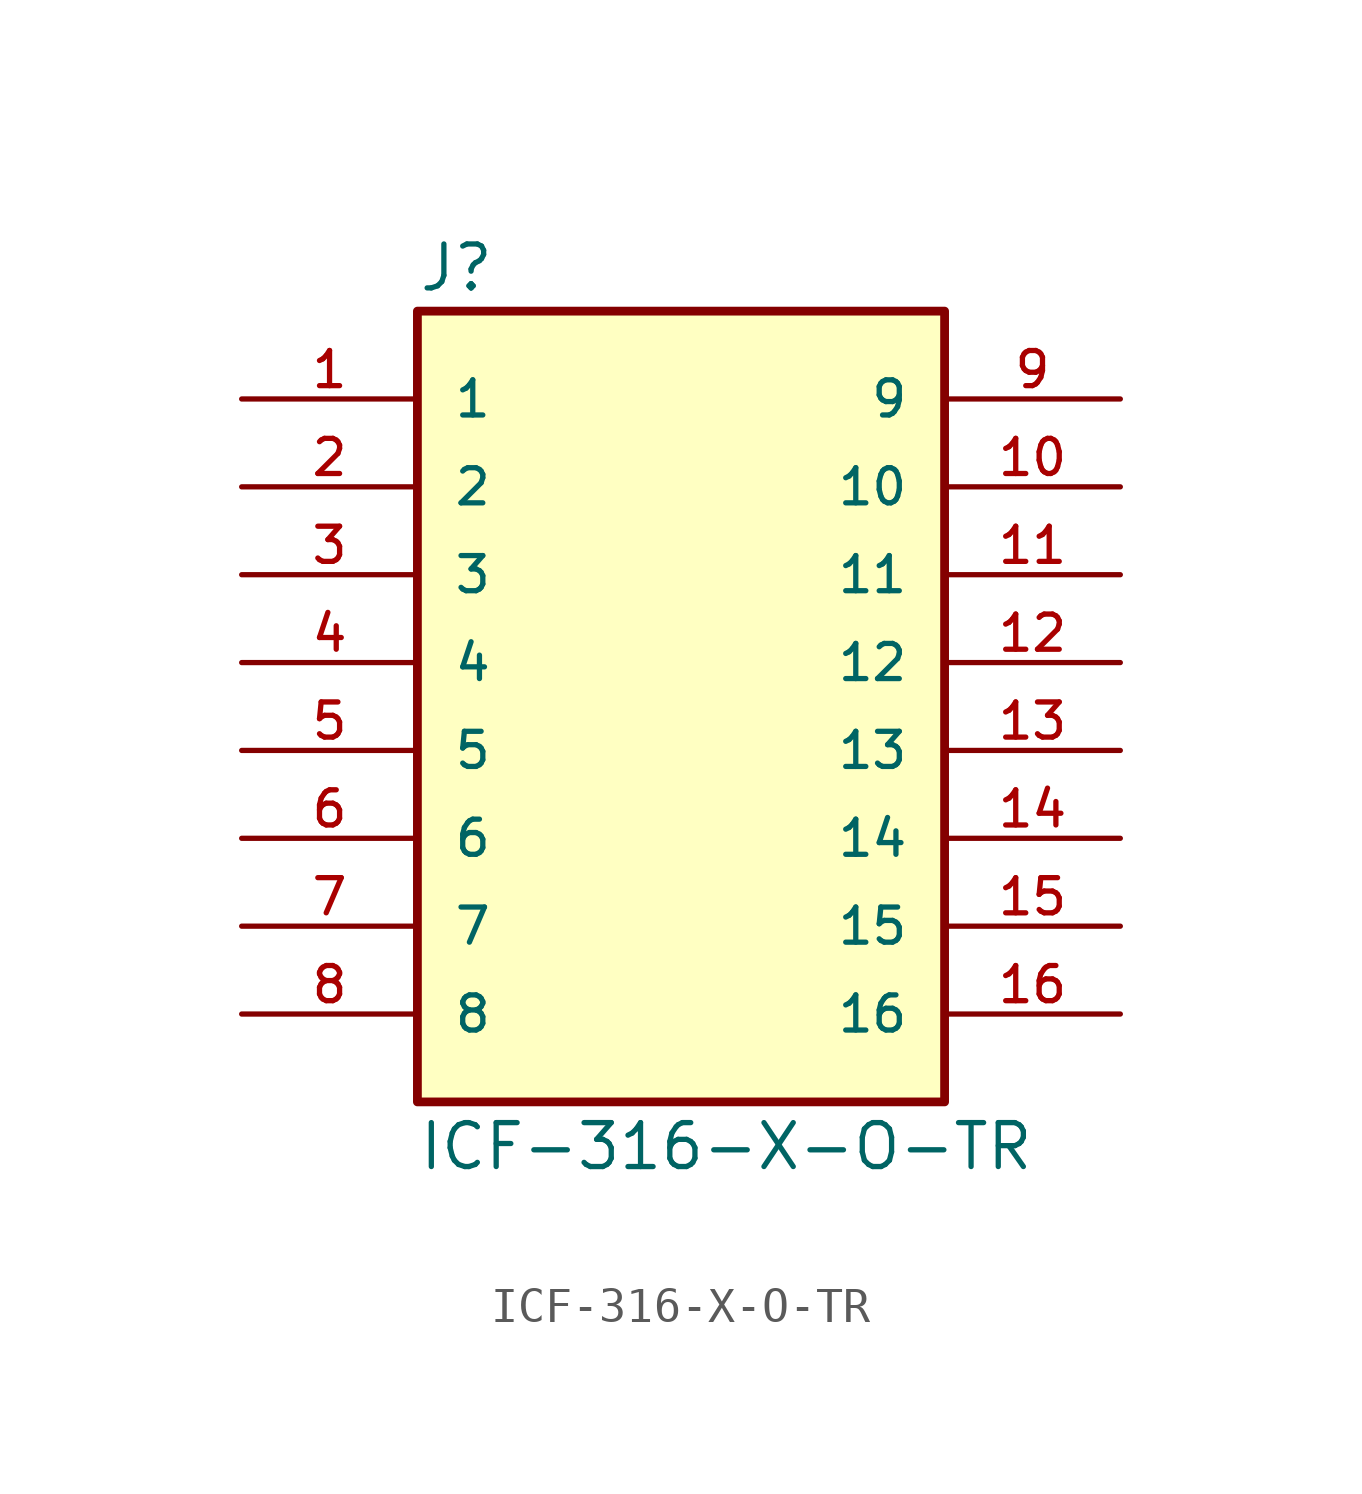
<source format=kicad_sym>
(kicad_symbol_lib
  (version 20211014)
  (generator kicad_symbol_editor)
  (symbol "ICF-316-X-O-TR"
    (pin_names
      (offset 1.016))
    (property "Reference" "J"
      (at -7.62 10.668 0)
      (effects (font (size 1.27 1.27)) (justify bottom left)))
    (property "Value" "ICF-316-X-O-TR"
      (at -7.62 -14.732 0)
      (effects (font (size 1.27 1.27)) (justify bottom left)))
    (symbol "ICF-316-X-O-TR_0_0"
      (rectangle (start -7.62 -12.7) (end 7.62 10.16) (stroke (width 0.254)) (fill (type background)))
      (pin passive line (at -12.7 7.62 0) (length 5.08) (name "1" (effects (font (size 1.016 1.016)))) (number "1" (effects (font (size 1.016 1.016)))))
      (pin passive line (at -12.7 5.08 0) (length 5.08) (name "2" (effects (font (size 1.016 1.016)))) (number "2" (effects (font (size 1.016 1.016)))))
      (pin passive line (at -12.7 2.54 0) (length 5.08) (name "3" (effects (font (size 1.016 1.016)))) (number "3" (effects (font (size 1.016 1.016)))))
      (pin passive line (at -12.7 0.0 0) (length 5.08) (name "4" (effects (font (size 1.016 1.016)))) (number "4" (effects (font (size 1.016 1.016)))))
      (pin passive line (at -12.7 -2.54 0) (length 5.08) (name "5" (effects (font (size 1.016 1.016)))) (number "5" (effects (font (size 1.016 1.016)))))
      (pin passive line (at -12.7 -5.08 0) (length 5.08) (name "6" (effects (font (size 1.016 1.016)))) (number "6" (effects (font (size 1.016 1.016)))))
      (pin passive line (at -12.7 -7.62 0) (length 5.08) (name "7" (effects (font (size 1.016 1.016)))) (number "7" (effects (font (size 1.016 1.016)))))
      (pin passive line (at -12.7 -10.16 0) (length 5.08) (name "8" (effects (font (size 1.016 1.016)))) (number "8" (effects (font (size 1.016 1.016)))))
      (pin passive line (at 12.7 7.62 180.0) (length 5.08) (name "9" (effects (font (size 1.016 1.016)))) (number "9" (effects (font (size 1.016 1.016)))))
      (pin passive line (at 12.7 5.08 180.0) (length 5.08) (name "10" (effects (font (size 1.016 1.016)))) (number "10" (effects (font (size 1.016 1.016)))))
      (pin passive line (at 12.7 2.54 180.0) (length 5.08) (name "11" (effects (font (size 1.016 1.016)))) (number "11" (effects (font (size 1.016 1.016)))))
      (pin passive line (at 12.7 0.0 180.0) (length 5.08) (name "12" (effects (font (size 1.016 1.016)))) (number "12" (effects (font (size 1.016 1.016)))))
      (pin passive line (at 12.7 -2.54 180.0) (length 5.08) (name "13" (effects (font (size 1.016 1.016)))) (number "13" (effects (font (size 1.016 1.016)))))
      (pin passive line (at 12.7 -5.08 180.0) (length 5.08) (name "14" (effects (font (size 1.016 1.016)))) (number "14" (effects (font (size 1.016 1.016)))))
      (pin passive line (at 12.7 -7.62 180.0) (length 5.08) (name "15" (effects (font (size 1.016 1.016)))) (number "15" (effects (font (size 1.016 1.016)))))
      (pin passive line (at 12.7 -10.16 180.0) (length 5.08) (name "16" (effects (font (size 1.016 1.016)))) (number "16" (effects (font (size 1.016 1.016))))))))
</source>
